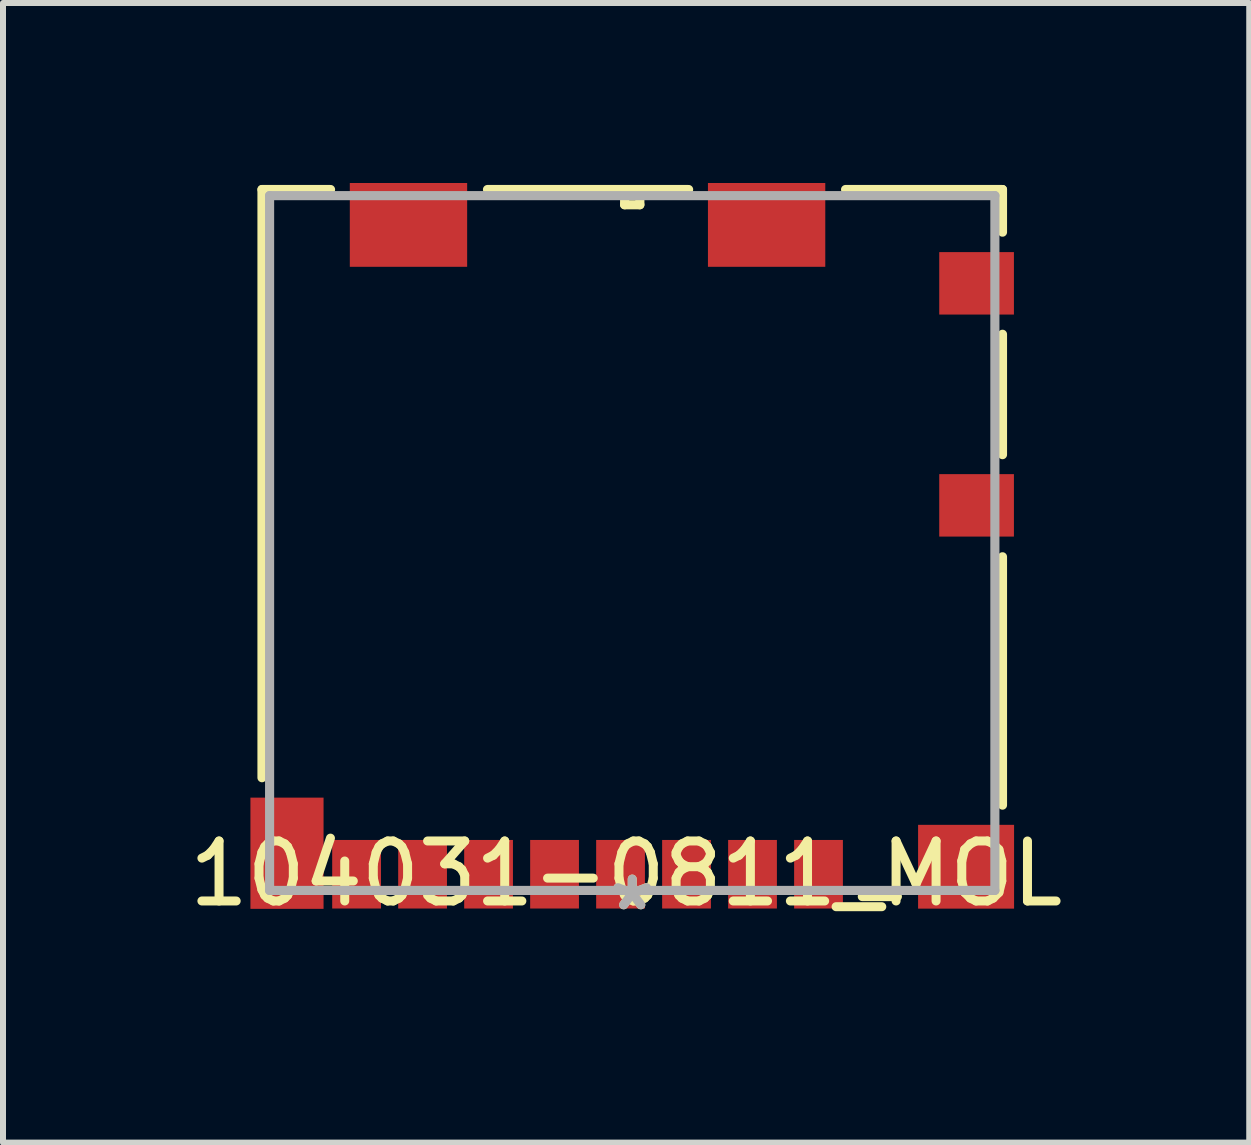
<source format=kicad_pcb>
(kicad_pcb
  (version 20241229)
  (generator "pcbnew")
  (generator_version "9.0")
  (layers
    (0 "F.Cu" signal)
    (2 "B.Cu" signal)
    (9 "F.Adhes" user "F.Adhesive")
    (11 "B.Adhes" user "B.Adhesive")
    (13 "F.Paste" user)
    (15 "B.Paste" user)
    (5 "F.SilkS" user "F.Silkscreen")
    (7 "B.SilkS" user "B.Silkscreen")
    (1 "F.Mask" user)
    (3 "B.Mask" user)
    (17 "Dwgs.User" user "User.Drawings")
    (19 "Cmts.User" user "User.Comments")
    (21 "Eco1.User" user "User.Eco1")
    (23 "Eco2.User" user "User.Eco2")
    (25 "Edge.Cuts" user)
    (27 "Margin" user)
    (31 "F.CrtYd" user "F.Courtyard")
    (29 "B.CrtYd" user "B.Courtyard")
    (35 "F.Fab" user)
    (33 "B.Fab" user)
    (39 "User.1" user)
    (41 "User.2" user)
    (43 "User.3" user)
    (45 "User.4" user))
  (footprint "104031-0811_MOL"
    (layer "F.Cu")
    (at 7.489 6.002)
    (property "Reference" "104031-0811_MOL" (at -0.102 5.512 0) (layer "F.SilkS") (effects (font (size 1 1) (thickness 0.15))))
    (attr smd)
    (fp_line (start -6.172 -5.893) (end -6.172 3.912) (stroke (width 0.152) (type solid)) (layer "F.SilkS"))
    (fp_line (start -5.029 -5.893) (end -6.172 -5.893) (stroke (width 0.152) (type solid)) (layer "F.SilkS"))
    (fp_line (start -0.127 -5.893) (end -2.413 -5.893) (stroke (width 0.152) (type solid)) (layer "F.SilkS"))
    (fp_line (start -0.127 -5.893) (end -0.127 -5.639) (stroke (width 0.152) (type solid)) (layer "F.SilkS"))
    (fp_line (start -0.127 -5.639) (end 0.127 -5.639) (stroke (width 0.152) (type solid)) (layer "F.SilkS"))
    (fp_line (start 0.127 -5.893) (end -0.127 -5.893) (stroke (width 0.152) (type solid)) (layer "F.SilkS"))
    (fp_line (start 0.127 -5.639) (end 0.127 -5.893) (stroke (width 0.152) (type solid)) (layer "F.SilkS"))
    (fp_line (start 0.94 -5.893) (end 0.127 -5.893) (stroke (width 0.152) (type solid)) (layer "F.SilkS"))
    (fp_line (start 3.835 5.893) (end 4.42 5.893) (stroke (width 0.152) (type solid)) (layer "F.SilkS"))
    (fp_line (start 6.172 -5.893) (end 3.556 -5.893) (stroke (width 0.152) (type solid)) (layer "F.SilkS"))
    (fp_line (start 6.172 -5.182) (end 6.172 -5.893) (stroke (width 0.152) (type solid)) (layer "F.SilkS"))
    (fp_line (start 6.172 -1.473) (end 6.172 -3.48) (stroke (width 0.152) (type solid)) (layer "F.SilkS"))
    (fp_line (start 6.172 4.369) (end 6.172 0.229) (stroke (width 0.152) (type solid)) (layer "F.SilkS"))
    (fp_line (start -6.045 -5.791) (end -6.045 5.791) (stroke (width 0.152) (type solid)) (layer "F.Fab"))
    (fp_line (start -6.045 5.791) (end 6.045 5.791) (stroke (width 0.152) (type solid)) (layer "F.Fab"))
    (fp_line (start 6.045 -5.791) (end -6.045 -5.791) (stroke (width 0.152) (type solid)) (layer "F.Fab"))
    (fp_line (start 6.045 5.791) (end 6.045 -5.791) (stroke (width 0.152) (type solid)) (layer "F.Fab"))
    (fp_text user "*" (at 0 6.147 0) (layer "F.SilkS") (effects (font (size 1 1) (thickness 0.15))))
    (fp_text user "*" (at 0 6.147 0) (layer "F.Fab") (effects (font (size 1 1) (thickness 0.15))))
    (pad "1" smd rect (at 3.105 5.521) (size 0.813 1.143) (layers "F.Cu" "F.Mask" "F.Paste"))
    (pad "2" smd rect (at 2.005 5.521) (size 0.813 1.143) (layers "F.Cu" "F.Mask" "F.Paste"))
    (pad "3" smd rect (at 0.905 5.521) (size 0.813 1.143) (layers "F.Cu" "F.Mask" "F.Paste"))
    (pad "4" smd rect (at -0.195 5.521) (size 0.813 1.143) (layers "F.Cu" "F.Mask" "F.Paste"))
    (pad "5" smd rect (at -1.295 5.521) (size 0.813 1.143) (layers "F.Cu" "F.Mask" "F.Paste"))
    (pad "6" smd rect (at -2.395 5.521) (size 0.813 1.143) (layers "F.Cu" "F.Mask" "F.Paste"))
    (pad "7" smd rect (at -3.495 5.521) (size 0.813 1.143) (layers "F.Cu" "F.Mask" "F.Paste"))
    (pad "8" smd rect (at -4.595 5.521) (size 0.813 1.143) (layers "F.Cu" "F.Mask" "F.Paste"))
    (pad "9" smd rect (at 5.74 -0.628) (size 1.245 1.041) (layers "F.Cu" "F.Mask" "F.Paste"))
    (pad "10" smd rect (at 5.74 -4.329) (size 1.245 1.041) (layers "F.Cu" "F.Mask" "F.Paste"))
    (pad "11" smd rect (at 5.565 5.396) (size 1.6 1.397) (layers "F.Cu" "F.Mask" "F.Paste"))
    (pad "12" smd rect (at -5.755 5.171) (size 1.219 1.854) (layers "F.Cu" "F.Mask" "F.Paste"))
    (pad "13" smd rect (at -3.73 -5.303) (size 1.956 1.397) (layers "F.Cu" "F.Mask" "F.Paste"))
    (pad "14" smd rect (at 2.24 -5.303) (size 1.956 1.397) (layers "F.Cu" "F.Mask" "F.Paste")))
  (gr_rect
    (start -3 -3)
    (end 17.774 15.997)
    (stroke (width 0.1) (type default))
    (fill no)
    (layer "Edge.Cuts")))
</source>
